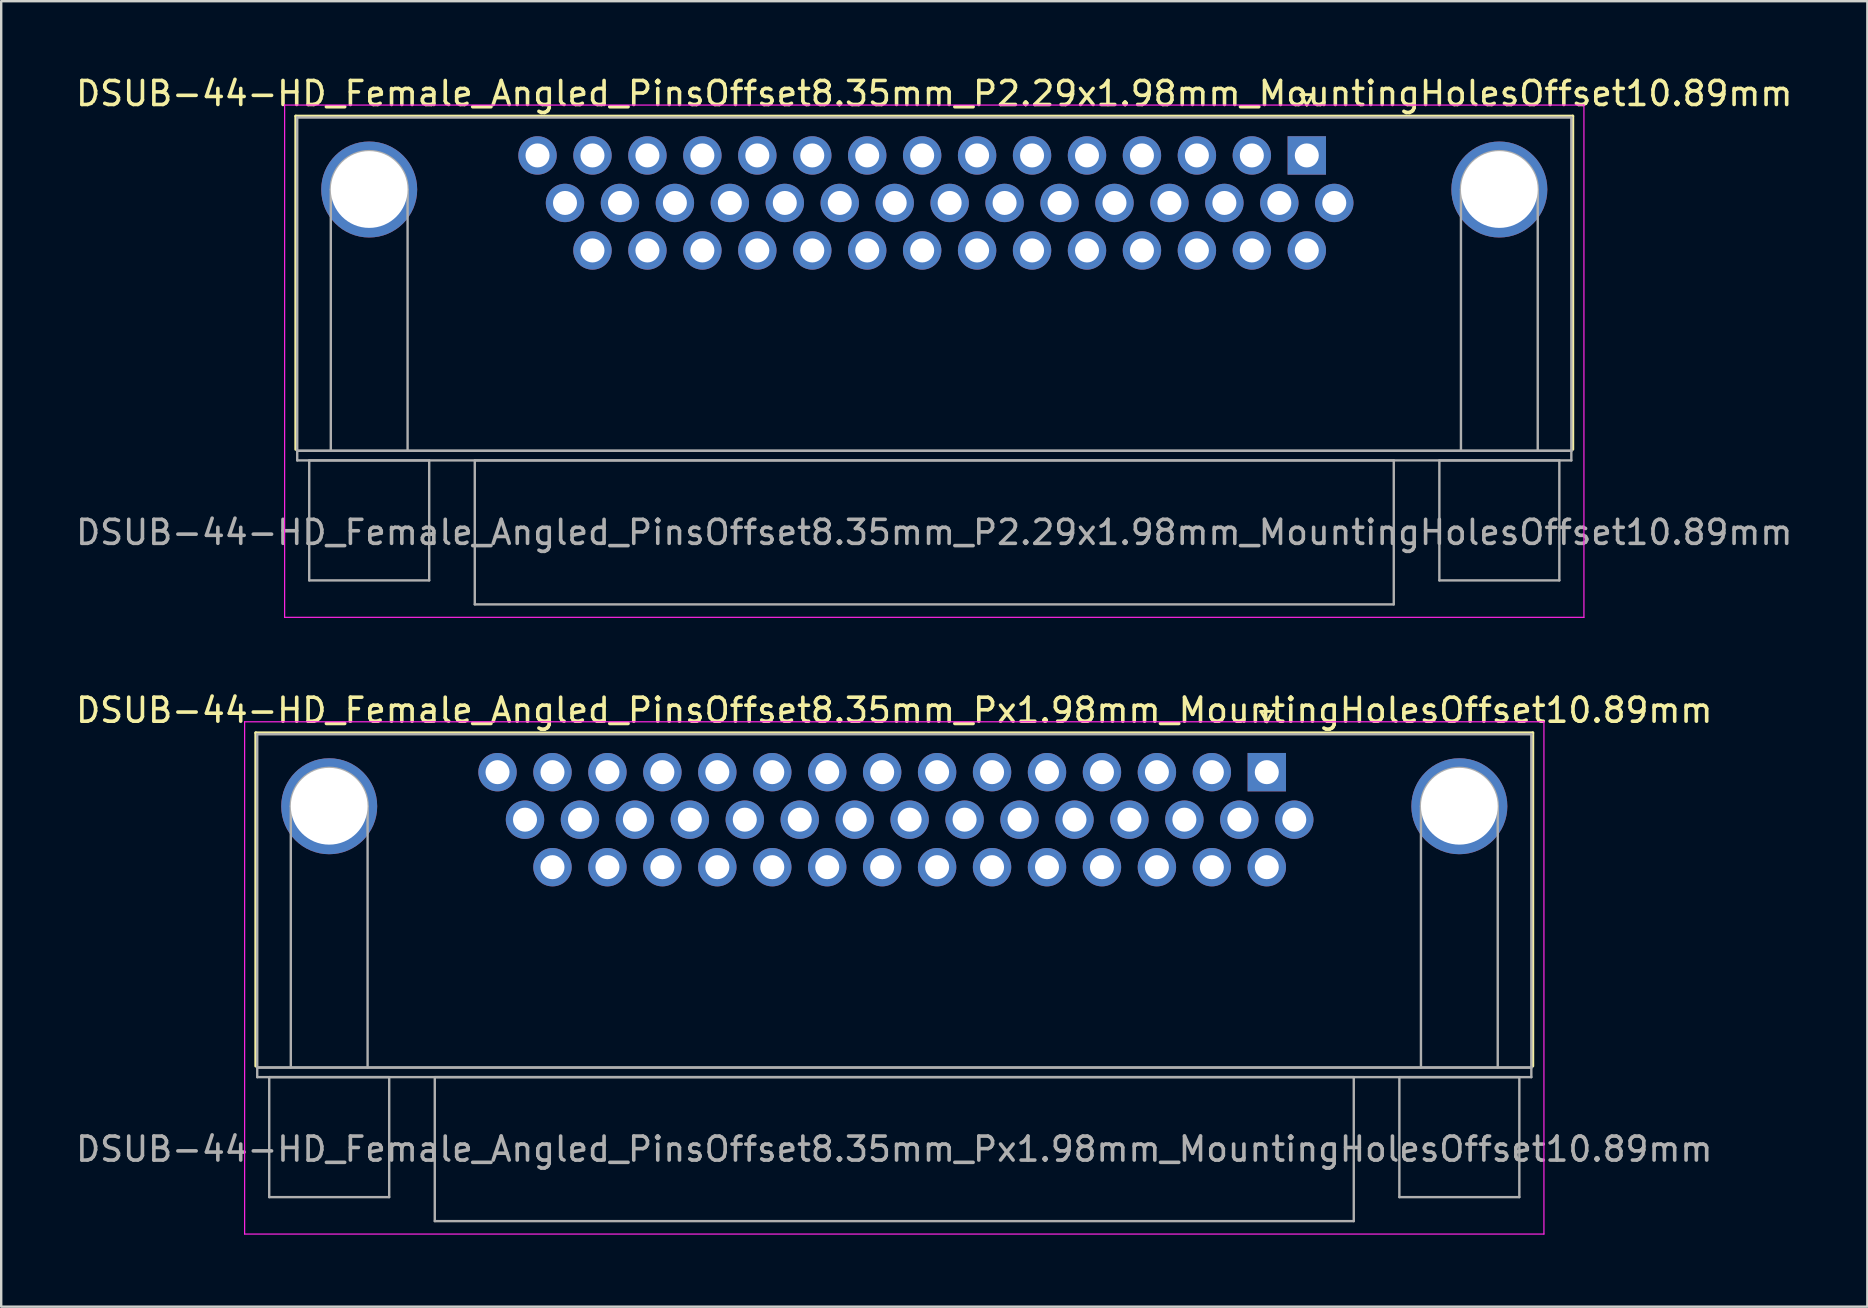
<source format=kicad_pcb>
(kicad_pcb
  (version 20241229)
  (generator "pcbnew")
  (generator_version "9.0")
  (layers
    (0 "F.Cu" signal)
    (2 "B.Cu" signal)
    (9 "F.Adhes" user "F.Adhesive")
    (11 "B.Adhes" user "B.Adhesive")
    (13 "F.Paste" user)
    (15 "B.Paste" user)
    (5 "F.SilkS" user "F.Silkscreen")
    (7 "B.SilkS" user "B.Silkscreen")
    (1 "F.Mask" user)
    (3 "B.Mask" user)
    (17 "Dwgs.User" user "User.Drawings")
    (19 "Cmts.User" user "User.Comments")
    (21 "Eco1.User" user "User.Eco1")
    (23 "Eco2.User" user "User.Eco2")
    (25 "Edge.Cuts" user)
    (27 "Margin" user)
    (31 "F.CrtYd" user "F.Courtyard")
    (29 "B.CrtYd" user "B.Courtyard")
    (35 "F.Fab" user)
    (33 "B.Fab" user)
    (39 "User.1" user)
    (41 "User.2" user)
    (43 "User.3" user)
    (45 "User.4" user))
  (footprint "DSUB-44-HD_Female_Angled_PinsOffset8.35mm_P2.29x1.98mm_MountingHolesOffset10.89mm"
    (layer "F.Cu")
    (at 51.412 3.428)
    (property "Reference" "DSUB-44-HD_Female_Angled_PinsOffset8.35mm_P2.29x1.98mm_MountingHolesOffset10.89mm" (at -15.525 -2.58 0) (layer "F.SilkS") (effects (font (size 1 1) (thickness 0.15))))
    (attr through_hole)
    (fp_line (start -42.135 -1.64) (end 11.085 -1.64) (stroke (width 0.12) (type solid)) (layer "F.SilkS"))
    (fp_line (start -42.135 12.25) (end -42.135 -1.64) (stroke (width 0.12) (type solid)) (layer "F.SilkS"))
    (fp_line (start -0.25 -2.534) (end 0.25 -2.534) (stroke (width 0.12) (type solid)) (layer "F.SilkS"))
    (fp_line (start 0 -2.101) (end -0.25 -2.534) (stroke (width 0.12) (type solid)) (layer "F.SilkS"))
    (fp_line (start 0.25 -2.534) (end 0 -2.101) (stroke (width 0.12) (type solid)) (layer "F.SilkS"))
    (fp_line (start 11.085 -1.64) (end 11.085 12.25) (stroke (width 0.12) (type solid)) (layer "F.SilkS"))
    (fp_line (start -42.6 -2.1) (end -42.6 19.25) (stroke (width 0.05) (type solid)) (layer "F.CrtYd"))
    (fp_line (start -42.6 19.25) (end 11.55 19.25) (stroke (width 0.05) (type solid)) (layer "F.CrtYd"))
    (fp_line (start 11.55 -2.1) (end -42.6 -2.1) (stroke (width 0.05) (type solid)) (layer "F.CrtYd"))
    (fp_line (start 11.55 19.25) (end 11.55 -2.1) (stroke (width 0.05) (type solid)) (layer "F.CrtYd"))
    (fp_line (start -42.075 -1.58) (end -42.075 12.31) (stroke (width 0.1) (type solid)) (layer "F.Fab"))
    (fp_line (start -42.075 12.31) (end -42.075 12.71) (stroke (width 0.1) (type solid)) (layer "F.Fab"))
    (fp_line (start -42.075 12.31) (end 11.025 12.31) (stroke (width 0.1) (type solid)) (layer "F.Fab"))
    (fp_line (start -42.075 12.71) (end 11.025 12.71) (stroke (width 0.1) (type solid)) (layer "F.Fab"))
    (fp_line (start -41.575 12.71) (end -41.575 17.71) (stroke (width 0.1) (type solid)) (layer "F.Fab"))
    (fp_line (start -41.575 17.71) (end -36.575 17.71) (stroke (width 0.1) (type solid)) (layer "F.Fab"))
    (fp_line (start -40.675 12.31) (end -40.675 1.42) (stroke (width 0.1) (type solid)) (layer "F.Fab"))
    (fp_line (start -37.475 12.31) (end -37.475 1.42) (stroke (width 0.1) (type solid)) (layer "F.Fab"))
    (fp_line (start -36.575 12.71) (end -41.575 12.71) (stroke (width 0.1) (type solid)) (layer "F.Fab"))
    (fp_line (start -36.575 17.71) (end -36.575 12.71) (stroke (width 0.1) (type solid)) (layer "F.Fab"))
    (fp_line (start -34.675 12.71) (end -34.675 18.71) (stroke (width 0.1) (type solid)) (layer "F.Fab"))
    (fp_line (start -34.675 18.71) (end 3.625 18.71) (stroke (width 0.1) (type solid)) (layer "F.Fab"))
    (fp_line (start 3.625 12.71) (end -34.675 12.71) (stroke (width 0.1) (type solid)) (layer "F.Fab"))
    (fp_line (start 3.625 18.71) (end 3.625 12.71) (stroke (width 0.1) (type solid)) (layer "F.Fab"))
    (fp_line (start 5.525 12.71) (end 5.525 17.71) (stroke (width 0.1) (type solid)) (layer "F.Fab"))
    (fp_line (start 5.525 17.71) (end 10.525 17.71) (stroke (width 0.1) (type solid)) (layer "F.Fab"))
    (fp_line (start 6.425 12.31) (end 6.425 1.42) (stroke (width 0.1) (type solid)) (layer "F.Fab"))
    (fp_line (start 9.625 12.31) (end 9.625 1.42) (stroke (width 0.1) (type solid)) (layer "F.Fab"))
    (fp_line (start 10.525 12.71) (end 5.525 12.71) (stroke (width 0.1) (type solid)) (layer "F.Fab"))
    (fp_line (start 10.525 17.71) (end 10.525 12.71) (stroke (width 0.1) (type solid)) (layer "F.Fab"))
    (fp_line (start 11.025 -1.58) (end -42.075 -1.58) (stroke (width 0.1) (type solid)) (layer "F.Fab"))
    (fp_line (start 11.025 12.31) (end -42.075 12.31) (stroke (width 0.1) (type solid)) (layer "F.Fab"))
    (fp_line (start 11.025 12.31) (end 11.025 -1.58) (stroke (width 0.1) (type solid)) (layer "F.Fab"))
    (fp_line (start 11.025 12.71) (end 11.025 12.31) (stroke (width 0.1) (type solid)) (layer "F.Fab"))
    (fp_arc (start -40.675 1.42) (mid -39.075 -0.18) (end -37.475 1.42) (stroke (width 0.1) (type solid)) (layer "F.Fab"))
    (fp_arc (start 6.425 1.42) (mid 8.025 -0.18) (end 9.625 1.42) (stroke (width 0.1) (type solid)) (layer "F.Fab"))
    (fp_text user "${REFERENCE}" (at -15.525 15.71 0) (layer "F.Fab") (effects (font (size 1 1) (thickness 0.15))))
    (pad "0" thru_hole circle (at -39.075 1.42) (size 4 4) (drill 3.2) (layers "*.Cu" "*.Mask"))
    (pad "0" thru_hole circle (at 8.025 1.42) (size 4 4) (drill 3.2) (layers "*.Cu" "*.Mask"))
    (pad "1" thru_hole rect (at 0 0) (size 1.6 1.6) (drill 1) (layers "*.Cu" "*.Mask"))
    (pad "2" thru_hole circle (at -2.29 0) (size 1.6 1.6) (drill 1) (layers "*.Cu" "*.Mask"))
    (pad "3" thru_hole circle (at -4.58 0) (size 1.6 1.6) (drill 1) (layers "*.Cu" "*.Mask"))
    (pad "4" thru_hole circle (at -6.87 0) (size 1.6 1.6) (drill 1) (layers "*.Cu" "*.Mask"))
    (pad "5" thru_hole circle (at -9.16 0) (size 1.6 1.6) (drill 1) (layers "*.Cu" "*.Mask"))
    (pad "6" thru_hole circle (at -11.45 0) (size 1.6 1.6) (drill 1) (layers "*.Cu" "*.Mask"))
    (pad "7" thru_hole circle (at -13.74 0) (size 1.6 1.6) (drill 1) (layers "*.Cu" "*.Mask"))
    (pad "8" thru_hole circle (at -16.03 0) (size 1.6 1.6) (drill 1) (layers "*.Cu" "*.Mask"))
    (pad "9" thru_hole circle (at -18.32 0) (size 1.6 1.6) (drill 1) (layers "*.Cu" "*.Mask"))
    (pad "10" thru_hole circle (at -20.61 0) (size 1.6 1.6) (drill 1) (layers "*.Cu" "*.Mask"))
    (pad "11" thru_hole circle (at -22.9 0) (size 1.6 1.6) (drill 1) (layers "*.Cu" "*.Mask"))
    (pad "12" thru_hole circle (at -25.19 0) (size 1.6 1.6) (drill 1) (layers "*.Cu" "*.Mask"))
    (pad "13" thru_hole circle (at -27.48 0) (size 1.6 1.6) (drill 1) (layers "*.Cu" "*.Mask"))
    (pad "14" thru_hole circle (at -29.77 0) (size 1.6 1.6) (drill 1) (layers "*.Cu" "*.Mask"))
    (pad "15" thru_hole circle (at -32.06 0) (size 1.6 1.6) (drill 1) (layers "*.Cu" "*.Mask"))
    (pad "16" thru_hole circle (at 1.145 1.98) (size 1.6 1.6) (drill 1) (layers "*.Cu" "*.Mask"))
    (pad "17" thru_hole circle (at -1.145 1.98) (size 1.6 1.6) (drill 1) (layers "*.Cu" "*.Mask"))
    (pad "18" thru_hole circle (at -3.435 1.98) (size 1.6 1.6) (drill 1) (layers "*.Cu" "*.Mask"))
    (pad "19" thru_hole circle (at -5.725 1.98) (size 1.6 1.6) (drill 1) (layers "*.Cu" "*.Mask"))
    (pad "20" thru_hole circle (at -8.015 1.98) (size 1.6 1.6) (drill 1) (layers "*.Cu" "*.Mask"))
    (pad "21" thru_hole circle (at -10.305 1.98) (size 1.6 1.6) (drill 1) (layers "*.Cu" "*.Mask"))
    (pad "22" thru_hole circle (at -12.595 1.98) (size 1.6 1.6) (drill 1) (layers "*.Cu" "*.Mask"))
    (pad "23" thru_hole circle (at -14.885 1.98) (size 1.6 1.6) (drill 1) (layers "*.Cu" "*.Mask"))
    (pad "24" thru_hole circle (at -17.175 1.98) (size 1.6 1.6) (drill 1) (layers "*.Cu" "*.Mask"))
    (pad "25" thru_hole circle (at -19.465 1.98) (size 1.6 1.6) (drill 1) (layers "*.Cu" "*.Mask"))
    (pad "26" thru_hole circle (at -21.755 1.98) (size 1.6 1.6) (drill 1) (layers "*.Cu" "*.Mask"))
    (pad "27" thru_hole circle (at -24.045 1.98) (size 1.6 1.6) (drill 1) (layers "*.Cu" "*.Mask"))
    (pad "28" thru_hole circle (at -26.335 1.98) (size 1.6 1.6) (drill 1) (layers "*.Cu" "*.Mask"))
    (pad "29" thru_hole circle (at -28.625 1.98) (size 1.6 1.6) (drill 1) (layers "*.Cu" "*.Mask"))
    (pad "30" thru_hole circle (at -30.915 1.98) (size 1.6 1.6) (drill 1) (layers "*.Cu" "*.Mask"))
    (pad "31" thru_hole circle (at 0 3.96) (size 1.6 1.6) (drill 1) (layers "*.Cu" "*.Mask"))
    (pad "32" thru_hole circle (at -2.29 3.96) (size 1.6 1.6) (drill 1) (layers "*.Cu" "*.Mask"))
    (pad "33" thru_hole circle (at -4.58 3.96) (size 1.6 1.6) (drill 1) (layers "*.Cu" "*.Mask"))
    (pad "34" thru_hole circle (at -6.87 3.96) (size 1.6 1.6) (drill 1) (layers "*.Cu" "*.Mask"))
    (pad "35" thru_hole circle (at -9.16 3.96) (size 1.6 1.6) (drill 1) (layers "*.Cu" "*.Mask"))
    (pad "36" thru_hole circle (at -11.45 3.96) (size 1.6 1.6) (drill 1) (layers "*.Cu" "*.Mask"))
    (pad "37" thru_hole circle (at -13.74 3.96) (size 1.6 1.6) (drill 1) (layers "*.Cu" "*.Mask"))
    (pad "38" thru_hole circle (at -16.03 3.96) (size 1.6 1.6) (drill 1) (layers "*.Cu" "*.Mask"))
    (pad "39" thru_hole circle (at -18.32 3.96) (size 1.6 1.6) (drill 1) (layers "*.Cu" "*.Mask"))
    (pad "40" thru_hole circle (at -20.61 3.96) (size 1.6 1.6) (drill 1) (layers "*.Cu" "*.Mask"))
    (pad "41" thru_hole circle (at -22.9 3.96) (size 1.6 1.6) (drill 1) (layers "*.Cu" "*.Mask"))
    (pad "42" thru_hole circle (at -25.19 3.96) (size 1.6 1.6) (drill 1) (layers "*.Cu" "*.Mask"))
    (pad "43" thru_hole circle (at -27.48 3.96) (size 1.6 1.6) (drill 1) (layers "*.Cu" "*.Mask"))
    (pad "44" thru_hole circle (at -29.77 3.96) (size 1.6 1.6) (drill 1) (layers "*.Cu" "*.Mask")))
  (footprint "DSUB-44-HD_Female_Angled_PinsOffset8.35mm_Px1.98mm_MountingHolesOffset10.89mm"
    (layer "F.Cu")
    (at 49.745 29.131)
    (property "Reference" "DSUB-44-HD_Female_Angled_PinsOffset8.35mm_Px1.98mm_MountingHolesOffset10.89mm" (at -15.525 -2.58 0) (layer "F.SilkS") (effects (font (size 1 1) (thickness 0.15))))
    (attr through_hole)
    (fp_line (start -42.135 -1.64) (end 11.085 -1.64) (stroke (width 0.12) (type solid)) (layer "F.SilkS"))
    (fp_line (start -42.135 12.25) (end -42.135 -1.64) (stroke (width 0.12) (type solid)) (layer "F.SilkS"))
    (fp_line (start -0.25 -2.534) (end 0.25 -2.534) (stroke (width 0.12) (type solid)) (layer "F.SilkS"))
    (fp_line (start 0 -2.101) (end -0.25 -2.534) (stroke (width 0.12) (type solid)) (layer "F.SilkS"))
    (fp_line (start 0.25 -2.534) (end 0 -2.101) (stroke (width 0.12) (type solid)) (layer "F.SilkS"))
    (fp_line (start 11.085 -1.64) (end 11.085 12.25) (stroke (width 0.12) (type solid)) (layer "F.SilkS"))
    (fp_line (start -42.6 -2.1) (end -42.6 19.25) (stroke (width 0.05) (type solid)) (layer "F.CrtYd"))
    (fp_line (start -42.6 19.25) (end 11.55 19.25) (stroke (width 0.05) (type solid)) (layer "F.CrtYd"))
    (fp_line (start 11.55 -2.1) (end -42.6 -2.1) (stroke (width 0.05) (type solid)) (layer "F.CrtYd"))
    (fp_line (start 11.55 19.25) (end 11.55 -2.1) (stroke (width 0.05) (type solid)) (layer "F.CrtYd"))
    (fp_line (start -42.075 -1.58) (end -42.075 12.31) (stroke (width 0.1) (type solid)) (layer "F.Fab"))
    (fp_line (start -42.075 12.31) (end -42.075 12.71) (stroke (width 0.1) (type solid)) (layer "F.Fab"))
    (fp_line (start -42.075 12.31) (end 11.025 12.31) (stroke (width 0.1) (type solid)) (layer "F.Fab"))
    (fp_line (start -42.075 12.71) (end 11.025 12.71) (stroke (width 0.1) (type solid)) (layer "F.Fab"))
    (fp_line (start -41.575 12.71) (end -41.575 17.71) (stroke (width 0.1) (type solid)) (layer "F.Fab"))
    (fp_line (start -41.575 17.71) (end -36.575 17.71) (stroke (width 0.1) (type solid)) (layer "F.Fab"))
    (fp_line (start -40.675 12.31) (end -40.675 1.42) (stroke (width 0.1) (type solid)) (layer "F.Fab"))
    (fp_line (start -37.475 12.31) (end -37.475 1.42) (stroke (width 0.1) (type solid)) (layer "F.Fab"))
    (fp_line (start -36.575 12.71) (end -41.575 12.71) (stroke (width 0.1) (type solid)) (layer "F.Fab"))
    (fp_line (start -36.575 17.71) (end -36.575 12.71) (stroke (width 0.1) (type solid)) (layer "F.Fab"))
    (fp_line (start -34.675 12.71) (end -34.675 18.71) (stroke (width 0.1) (type solid)) (layer "F.Fab"))
    (fp_line (start -34.675 18.71) (end 3.625 18.71) (stroke (width 0.1) (type solid)) (layer "F.Fab"))
    (fp_line (start 3.625 12.71) (end -34.675 12.71) (stroke (width 0.1) (type solid)) (layer "F.Fab"))
    (fp_line (start 3.625 18.71) (end 3.625 12.71) (stroke (width 0.1) (type solid)) (layer "F.Fab"))
    (fp_line (start 5.525 12.71) (end 5.525 17.71) (stroke (width 0.1) (type solid)) (layer "F.Fab"))
    (fp_line (start 5.525 17.71) (end 10.525 17.71) (stroke (width 0.1) (type solid)) (layer "F.Fab"))
    (fp_line (start 6.425 12.31) (end 6.425 1.42) (stroke (width 0.1) (type solid)) (layer "F.Fab"))
    (fp_line (start 9.625 12.31) (end 9.625 1.42) (stroke (width 0.1) (type solid)) (layer "F.Fab"))
    (fp_line (start 10.525 12.71) (end 5.525 12.71) (stroke (width 0.1) (type solid)) (layer "F.Fab"))
    (fp_line (start 10.525 17.71) (end 10.525 12.71) (stroke (width 0.1) (type solid)) (layer "F.Fab"))
    (fp_line (start 11.025 -1.58) (end -42.075 -1.58) (stroke (width 0.1) (type solid)) (layer "F.Fab"))
    (fp_line (start 11.025 12.31) (end -42.075 12.31) (stroke (width 0.1) (type solid)) (layer "F.Fab"))
    (fp_line (start 11.025 12.31) (end 11.025 -1.58) (stroke (width 0.1) (type solid)) (layer "F.Fab"))
    (fp_line (start 11.025 12.71) (end 11.025 12.31) (stroke (width 0.1) (type solid)) (layer "F.Fab"))
    (fp_arc (start -40.675 1.42) (mid -39.075 -0.18) (end -37.475 1.42) (stroke (width 0.1) (type solid)) (layer "F.Fab"))
    (fp_arc (start 6.425 1.42) (mid 8.025 -0.18) (end 9.625 1.42) (stroke (width 0.1) (type solid)) (layer "F.Fab"))
    (fp_text user "${REFERENCE}" (at -15.525 15.71 0) (layer "F.Fab") (effects (font (size 1 1) (thickness 0.15))))
    (pad "0" thru_hole circle (at -39.075 1.42) (size 4 4) (drill 3.2) (layers "*.Cu" "*.Mask"))
    (pad "0" thru_hole circle (at 8.025 1.42) (size 4 4) (drill 3.2) (layers "*.Cu" "*.Mask"))
    (pad "1" thru_hole rect (at 0 0) (size 1.6 1.6) (drill 1) (layers "*.Cu" "*.Mask"))
    (pad "2" thru_hole circle (at -2.29 0) (size 1.6 1.6) (drill 1) (layers "*.Cu" "*.Mask"))
    (pad "3" thru_hole circle (at -4.58 0) (size 1.6 1.6) (drill 1) (layers "*.Cu" "*.Mask"))
    (pad "4" thru_hole circle (at -6.87 0) (size 1.6 1.6) (drill 1) (layers "*.Cu" "*.Mask"))
    (pad "5" thru_hole circle (at -9.16 0) (size 1.6 1.6) (drill 1) (layers "*.Cu" "*.Mask"))
    (pad "6" thru_hole circle (at -11.45 0) (size 1.6 1.6) (drill 1) (layers "*.Cu" "*.Mask"))
    (pad "7" thru_hole circle (at -13.74 0) (size 1.6 1.6) (drill 1) (layers "*.Cu" "*.Mask"))
    (pad "8" thru_hole circle (at -16.03 0) (size 1.6 1.6) (drill 1) (layers "*.Cu" "*.Mask"))
    (pad "9" thru_hole circle (at -18.32 0) (size 1.6 1.6) (drill 1) (layers "*.Cu" "*.Mask"))
    (pad "10" thru_hole circle (at -20.61 0) (size 1.6 1.6) (drill 1) (layers "*.Cu" "*.Mask"))
    (pad "11" thru_hole circle (at -22.9 0) (size 1.6 1.6) (drill 1) (layers "*.Cu" "*.Mask"))
    (pad "12" thru_hole circle (at -25.19 0) (size 1.6 1.6) (drill 1) (layers "*.Cu" "*.Mask"))
    (pad "13" thru_hole circle (at -27.48 0) (size 1.6 1.6) (drill 1) (layers "*.Cu" "*.Mask"))
    (pad "14" thru_hole circle (at -29.77 0) (size 1.6 1.6) (drill 1) (layers "*.Cu" "*.Mask"))
    (pad "15" thru_hole circle (at -32.06 0) (size 1.6 1.6) (drill 1) (layers "*.Cu" "*.Mask"))
    (pad "16" thru_hole circle (at 1.145 1.98) (size 1.6 1.6) (drill 1) (layers "*.Cu" "*.Mask"))
    (pad "17" thru_hole circle (at -1.145 1.98) (size 1.6 1.6) (drill 1) (layers "*.Cu" "*.Mask"))
    (pad "18" thru_hole circle (at -3.435 1.98) (size 1.6 1.6) (drill 1) (layers "*.Cu" "*.Mask"))
    (pad "19" thru_hole circle (at -5.725 1.98) (size 1.6 1.6) (drill 1) (layers "*.Cu" "*.Mask"))
    (pad "20" thru_hole circle (at -8.015 1.98) (size 1.6 1.6) (drill 1) (layers "*.Cu" "*.Mask"))
    (pad "21" thru_hole circle (at -10.305 1.98) (size 1.6 1.6) (drill 1) (layers "*.Cu" "*.Mask"))
    (pad "22" thru_hole circle (at -12.595 1.98) (size 1.6 1.6) (drill 1) (layers "*.Cu" "*.Mask"))
    (pad "23" thru_hole circle (at -14.885 1.98) (size 1.6 1.6) (drill 1) (layers "*.Cu" "*.Mask"))
    (pad "24" thru_hole circle (at -17.175 1.98) (size 1.6 1.6) (drill 1) (layers "*.Cu" "*.Mask"))
    (pad "25" thru_hole circle (at -19.465 1.98) (size 1.6 1.6) (drill 1) (layers "*.Cu" "*.Mask"))
    (pad "26" thru_hole circle (at -21.755 1.98) (size 1.6 1.6) (drill 1) (layers "*.Cu" "*.Mask"))
    (pad "27" thru_hole circle (at -24.045 1.98) (size 1.6 1.6) (drill 1) (layers "*.Cu" "*.Mask"))
    (pad "28" thru_hole circle (at -26.335 1.98) (size 1.6 1.6) (drill 1) (layers "*.Cu" "*.Mask"))
    (pad "29" thru_hole circle (at -28.625 1.98) (size 1.6 1.6) (drill 1) (layers "*.Cu" "*.Mask"))
    (pad "30" thru_hole circle (at -30.915 1.98) (size 1.6 1.6) (drill 1) (layers "*.Cu" "*.Mask"))
    (pad "31" thru_hole circle (at 0 3.96) (size 1.6 1.6) (drill 1) (layers "*.Cu" "*.Mask"))
    (pad "32" thru_hole circle (at -2.29 3.96) (size 1.6 1.6) (drill 1) (layers "*.Cu" "*.Mask"))
    (pad "33" thru_hole circle (at -4.58 3.96) (size 1.6 1.6) (drill 1) (layers "*.Cu" "*.Mask"))
    (pad "34" thru_hole circle (at -6.87 3.96) (size 1.6 1.6) (drill 1) (layers "*.Cu" "*.Mask"))
    (pad "35" thru_hole circle (at -9.16 3.96) (size 1.6 1.6) (drill 1) (layers "*.Cu" "*.Mask"))
    (pad "36" thru_hole circle (at -11.45 3.96) (size 1.6 1.6) (drill 1) (layers "*.Cu" "*.Mask"))
    (pad "37" thru_hole circle (at -13.74 3.96) (size 1.6 1.6) (drill 1) (layers "*.Cu" "*.Mask"))
    (pad "38" thru_hole circle (at -16.03 3.96) (size 1.6 1.6) (drill 1) (layers "*.Cu" "*.Mask"))
    (pad "39" thru_hole circle (at -18.32 3.96) (size 1.6 1.6) (drill 1) (layers "*.Cu" "*.Mask"))
    (pad "40" thru_hole circle (at -20.61 3.96) (size 1.6 1.6) (drill 1) (layers "*.Cu" "*.Mask"))
    (pad "41" thru_hole circle (at -22.9 3.96) (size 1.6 1.6) (drill 1) (layers "*.Cu" "*.Mask"))
    (pad "42" thru_hole circle (at -25.19 3.96) (size 1.6 1.6) (drill 1) (layers "*.Cu" "*.Mask"))
    (pad "43" thru_hole circle (at -27.48 3.96) (size 1.6 1.6) (drill 1) (layers "*.Cu" "*.Mask"))
    (pad "44" thru_hole circle (at -29.77 3.96) (size 1.6 1.6) (drill 1) (layers "*.Cu" "*.Mask")))
  (gr_rect
    (start -3 -3)
    (end 74.774 51.407)
    (stroke (width 0.1) (type default))
    (fill no)
    (layer "Edge.Cuts")))
</source>
